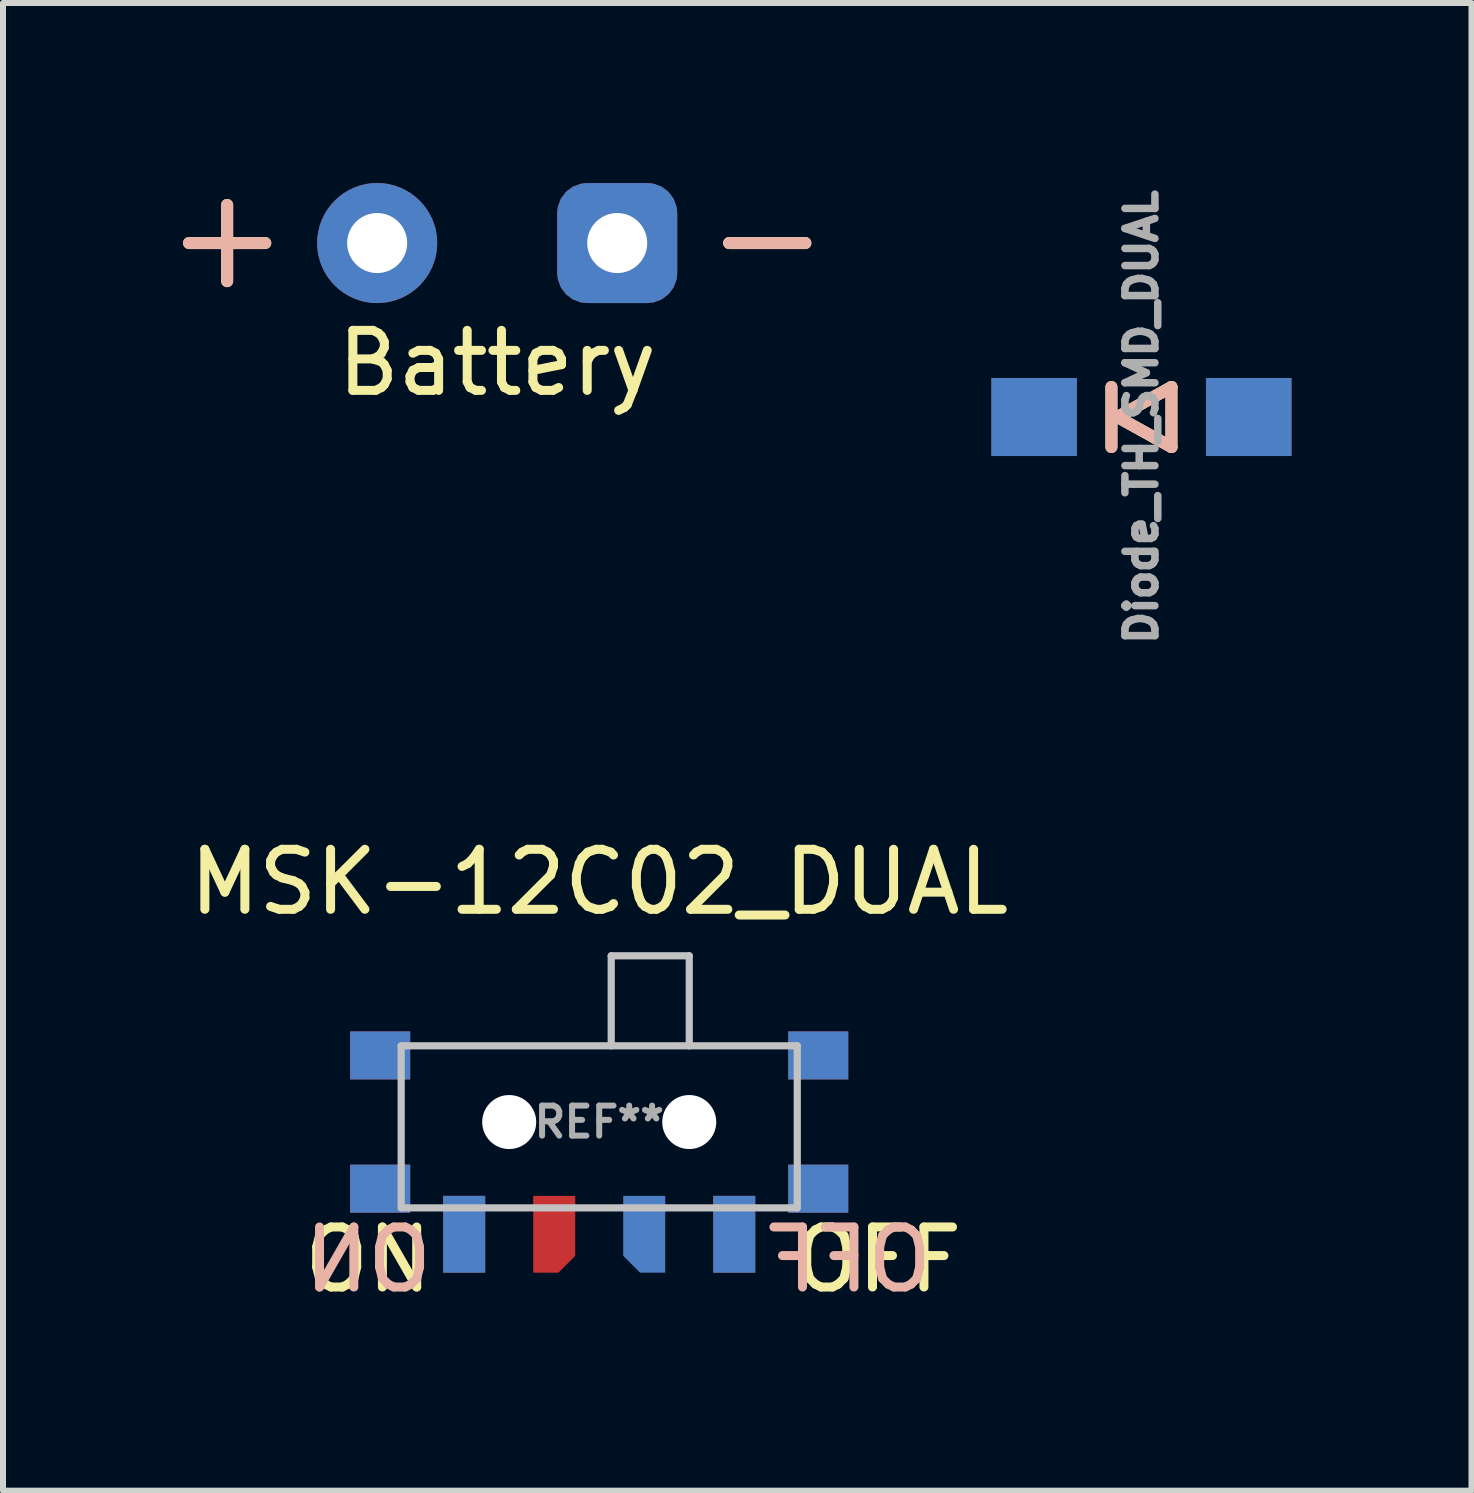
<source format=kicad_pcb>
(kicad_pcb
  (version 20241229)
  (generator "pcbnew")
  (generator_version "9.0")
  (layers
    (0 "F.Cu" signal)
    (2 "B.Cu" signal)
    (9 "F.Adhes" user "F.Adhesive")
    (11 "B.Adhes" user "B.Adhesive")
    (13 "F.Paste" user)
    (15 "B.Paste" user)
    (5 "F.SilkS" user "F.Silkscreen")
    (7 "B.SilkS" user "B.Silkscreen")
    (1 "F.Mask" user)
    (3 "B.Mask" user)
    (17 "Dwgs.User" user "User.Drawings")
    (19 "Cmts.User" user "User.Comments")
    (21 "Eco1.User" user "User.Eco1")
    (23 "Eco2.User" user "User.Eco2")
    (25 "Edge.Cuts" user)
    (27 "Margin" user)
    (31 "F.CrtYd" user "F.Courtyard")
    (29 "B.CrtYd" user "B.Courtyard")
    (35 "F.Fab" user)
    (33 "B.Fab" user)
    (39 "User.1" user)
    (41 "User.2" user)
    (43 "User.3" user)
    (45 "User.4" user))
  (footprint "Battery"
    (layer "F.Cu")
    (at 5.235 1)
    (property "Reference" "Battery" (at 0 2 180) (layer "F.SilkS") (effects (font (size 1 1) (thickness 0.15))))
    (attr through_hole)
    (fp_line (start -5.135 0) (end -3.865 0) (stroke (width 0.2) (type default)) (layer "F.SilkS"))
    (fp_line (start -4.5 -0.635) (end -4.5 0.635) (stroke (width 0.2) (type default)) (layer "F.SilkS"))
    (fp_line (start 3.865 0) (end 5.135 0) (stroke (width 0.2) (type default)) (layer "F.SilkS"))
    (fp_line (start -5.135 0) (end -3.865 0) (stroke (width 0.2) (type default)) (layer "B.SilkS"))
    (fp_line (start -4.5 -0.635) (end -4.5 0.635) (stroke (width 0.2) (type default)) (layer "B.SilkS"))
    (fp_line (start 3.865 0) (end 5.135 0) (stroke (width 0.2) (type default)) (layer "B.SilkS"))
    (pad "1" thru_hole circle (at -2 0) (size 2 2) (drill 1) (layers "*.Cu" "*.Mask"))
    (pad "2" thru_hole roundrect (at 2 0 90) (size 2 2) (drill 1) (layers "*.Cu" "*.Mask") (roundrect_rratio 0.25)))
  (footprint "MSK-12C02_DUAL"
    (layer "F.Cu")
    (at 6.935 14.377)
    (property "Reference" "MSK-12C02_DUAL" (at 0 -2.73 0) (layer "F.SilkS") (effects (font (size 1 1) (thickness 0.15))))
    (attr through_hole)
    (fp_line (start -3.3 0) (end -3.3 2.7) (stroke (width 0.12) (type solid)) (layer "Dwgs.User"))
    (fp_line (start -3.3 0) (end 3.3 0) (stroke (width 0.12) (type solid)) (layer "Dwgs.User"))
    (fp_line (start -3.3 2.7) (end 3.3 2.7) (stroke (width 0.12) (type solid)) (layer "Dwgs.User"))
    (fp_line (start 0.2 -1.5) (end 0.2 0) (stroke (width 0.12) (type solid)) (layer "Dwgs.User"))
    (fp_line (start 0.2 -1.5) (end 1.5 -1.5) (stroke (width 0.12) (type solid)) (layer "Dwgs.User"))
    (fp_line (start 1.5 -1.5) (end 1.5 0) (stroke (width 0.12) (type solid)) (layer "Dwgs.User"))
    (fp_line (start 3.3 0) (end 3.3 2.7) (stroke (width 0.12) (type solid)) (layer "Dwgs.User"))
    (fp_text user "ON" (at -3.851 3.564 0) (layer "F.SilkS") (effects (font (size 1 1) (thickness 0.15))))
    (fp_text user "OFF" (at 4.649 3.564 0) (layer "F.SilkS") (effects (font (size 1 1) (thickness 0.15))))
    (fp_text user "ON" (at -3.851 3.564 0) (layer "B.SilkS") (effects (font (size 1 1) (thickness 0.15)) (justify mirror)))
    (fp_text user "OFF" (at 4.149 3.564 0) (layer "B.SilkS") (effects (font (size 1 1) (thickness 0.15)) (justify mirror)))
    (fp_text user "REF**" (at 0 1.27 0) (layer "F.Fab") (effects (font (size 0.5 0.5) (thickness 0.1))))
    (pad "" smd rect (at -3.65 0.16 180) (size 1 0.8) (layers "F.Cu" "F.Mask" "F.Paste"))
    (pad "" smd rect (at -3.65 0.16 180) (size 1 0.8) (layers "B.Cu" "B.Mask" "B.Paste"))
    (pad "" smd rect (at -3.65 2.38 180) (size 1 0.8) (layers "F.Cu" "F.Mask" "F.Paste"))
    (pad "" smd rect (at -3.65 2.38 180) (size 1 0.8) (layers "B.Cu" "B.Mask" "B.Paste"))
    (pad "" np_thru_hole circle (at -1.5 1.27 180) (size 0.9 0.9) (drill 0.9) (layers "*.Cu" "*.Mask"))
    (pad "" np_thru_hole circle (at 1.5 1.27 180) (size 0.9 0.9) (drill 0.9) (layers "*.Cu" "*.Mask"))
    (pad "" smd rect (at 3.65 0.16 180) (size 1 0.8) (layers "F.Cu" "F.Mask" "F.Paste"))
    (pad "" smd rect (at 3.65 0.16 180) (size 1 0.8) (layers "B.Cu" "B.Mask" "B.Paste"))
    (pad "" smd rect (at 3.65 2.38 180) (size 1 0.8) (layers "F.Cu" "F.Mask" "F.Paste"))
    (pad "" smd rect (at 3.65 2.38 180) (size 1 0.8) (layers "B.Cu" "B.Mask" "B.Paste"))
    (pad "1" smd rect (at -2.25 3.14 180) (size 0.7 1.28) (layers "F.Cu" "F.Mask" "F.Paste"))
    (pad "1" smd rect (at -2.25 3.14 180) (size 0.7 1.28) (layers "B.Cu" "B.Mask" "B.Paste"))
    (pad "2" smd roundrect (at -0.75 3.14 180) (size 0.7 1.28) (layers "F.Cu" "F.Mask" "F.Paste") (roundrect_rratio 0) (chamfer_ratio 0.4) (chamfer top_left))
    (pad "2" smd roundrect (at 0.75 3.14 180) (size 0.7 1.28) (layers "B.Cu" "B.Mask" "B.Paste") (roundrect_rratio 0) (chamfer_ratio 0.4) (chamfer top_right))
    (pad "3" smd rect (at 2.25 3.14 180) (size 0.7 1.28) (layers "F.Cu" "F.Mask" "F.Paste"))
    (pad "3" smd rect (at 2.25 3.14 180) (size 0.7 1.28) (layers "B.Cu" "B.Mask" "B.Paste")))
  (footprint "Diode_TH_SMD_DUAL"
    (layer "F.Cu")
    (at 15.97 3.899)
    (property "Reference" "Diode_TH_SMD_DUAL" (at 0 0 90) (layer "F.Fab") (effects (font (size 0.5 0.5) (thickness 0.125))))
    (attr through_hole)
    (fp_line (start -0.5 -0.5) (end -0.5 0.5) (stroke (width 0.2) (type solid)) (layer "F.SilkS"))
    (fp_line (start -0.4 0) (end 0.5 -0.5) (stroke (width 0.2) (type solid)) (layer "F.SilkS"))
    (fp_line (start 0.5 -0.5) (end 0.5 0.5) (stroke (width 0.2) (type solid)) (layer "F.SilkS"))
    (fp_line (start 0.5 0.5) (end -0.4 0) (stroke (width 0.2) (type solid)) (layer "F.SilkS"))
    (fp_line (start -0.5 -0.5) (end -0.5 0.5) (stroke (width 0.2) (type solid)) (layer "B.SilkS"))
    (fp_line (start -0.4 0) (end 0.5 0.5) (stroke (width 0.2) (type solid)) (layer "B.SilkS"))
    (fp_line (start 0.5 -0.5) (end -0.4 0) (stroke (width 0.2) (type solid)) (layer "B.SilkS"))
    (fp_line (start 0.5 -0.5) (end 0.5 0.5) (stroke (width 0.2) (type solid)) (layer "B.SilkS"))
    (pad "1" smd rect (at -1.788 0) (size 1.425 1.3) (layers "F.Cu" "F.Mask" "F.Paste"))
    (pad "1" smd rect (at -1.788 0) (size 1.425 1.3) (layers "B.Cu" "B.Mask" "B.Paste"))
    (pad "2" smd rect (at 1.788 0) (size 1.425 1.3) (layers "F.Cu" "F.Mask" "F.Paste"))
    (pad "2" smd rect (at 1.788 0) (size 1.425 1.3) (layers "B.Cu" "B.Mask" "B.Paste")))
  (gr_rect
    (start -3 -3)
    (end 21.47 21.789)
    (stroke (width 0.1) (type default))
    (fill no)
    (layer "Edge.Cuts")))
</source>
